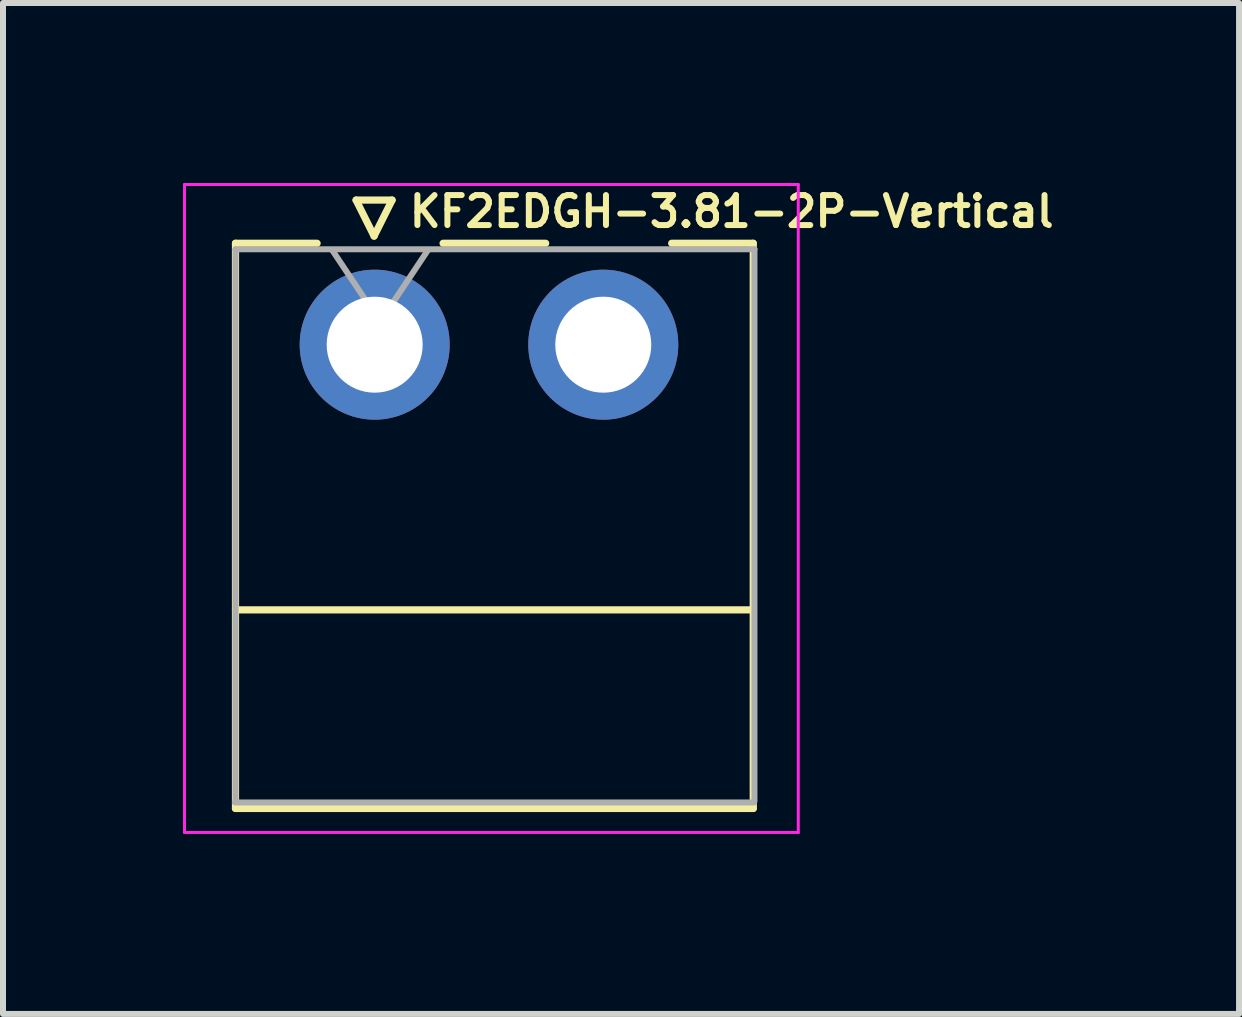
<source format=kicad_pcb>
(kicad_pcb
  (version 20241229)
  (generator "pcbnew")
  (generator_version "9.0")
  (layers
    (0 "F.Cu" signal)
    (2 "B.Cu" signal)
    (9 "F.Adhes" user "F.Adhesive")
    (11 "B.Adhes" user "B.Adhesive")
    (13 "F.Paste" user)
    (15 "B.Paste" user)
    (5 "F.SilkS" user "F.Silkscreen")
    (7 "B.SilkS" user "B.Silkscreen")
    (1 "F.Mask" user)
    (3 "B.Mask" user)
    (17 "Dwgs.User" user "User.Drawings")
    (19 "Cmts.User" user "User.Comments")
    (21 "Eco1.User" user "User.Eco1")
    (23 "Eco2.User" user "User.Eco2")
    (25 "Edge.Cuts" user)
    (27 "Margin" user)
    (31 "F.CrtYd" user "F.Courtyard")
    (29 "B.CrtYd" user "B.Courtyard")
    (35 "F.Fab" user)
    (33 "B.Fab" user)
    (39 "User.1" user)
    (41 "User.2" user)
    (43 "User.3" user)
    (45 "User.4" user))
  (footprint "KF2EDGH-3.81-2P-Vertical"
    (layer "F.Cu")
    (at 3.195 2.695)
    (property "Reference" "KF2EDGH-3.81-2P-Vertical" (at 5.95 -2.22 0) (unlocked yes) (layer "F.SilkS") (effects (font (size 0.5 0.5) (thickness 0.1))))
    (attr smd)
    (fp_line (start -2.32 -1.69) (end -2.32 7.73) (stroke (width 0.12) (type solid)) (layer "F.SilkS"))
    (fp_line (start -2.32 -1.69) (end -0.96 -1.69) (stroke (width 0.12) (type solid)) (layer "F.SilkS"))
    (fp_line (start -2.32 4.42) (end 6.31 4.42) (stroke (width 0.12) (type solid)) (layer "F.SilkS"))
    (fp_line (start -2.32 7.73) (end 6.31 7.73) (stroke (width 0.12) (type solid)) (layer "F.SilkS"))
    (fp_line (start -0.31 -2.41) (end 0.29 -2.41) (stroke (width 0.12) (type solid)) (layer "F.SilkS"))
    (fp_line (start -0.01 -1.81) (end -0.31 -2.41) (stroke (width 0.12) (type solid)) (layer "F.SilkS"))
    (fp_line (start 0.29 -2.41) (end -0.01 -1.81) (stroke (width 0.12) (type solid)) (layer "F.SilkS"))
    (fp_line (start 1.14 -1.69) (end 2.85 -1.69) (stroke (width 0.12) (type solid)) (layer "F.SilkS"))
    (fp_line (start 6.31 -1.69) (end 4.95 -1.69) (stroke (width 0.12) (type solid)) (layer "F.SilkS"))
    (fp_line (start 6.31 -1.69) (end 6.31 7.73) (stroke (width 0.12) (type solid)) (layer "F.SilkS"))
    (fp_line (start -3.17 -2.67) (end -3.17 8.13) (stroke (width 0.05) (type solid)) (layer "F.CrtYd"))
    (fp_line (start -3.17 8.13) (end 7.06 8.13) (stroke (width 0.05) (type solid)) (layer "F.CrtYd"))
    (fp_line (start 7.06 -2.67) (end -3.17 -2.67) (stroke (width 0.05) (type solid)) (layer "F.CrtYd"))
    (fp_line (start 7.06 8.13) (end 7.06 -2.67) (stroke (width 0.05) (type solid)) (layer "F.CrtYd"))
    (fp_line (start -2.33 7.63) (end 6.32 7.63) (stroke (width 0.1) (type solid)) (layer "F.Fab"))
    (fp_line (start -2.32 -1.59) (end -2.32 7.61) (stroke (width 0.1) (type solid)) (layer "F.Fab"))
    (fp_line (start 0.09 -0.38) (end -0.71 -1.58) (stroke (width 0.1) (type solid)) (layer "F.Fab"))
    (fp_line (start 0.89 -1.58) (end 0.09 -0.38) (stroke (width 0.1) (type solid)) (layer "F.Fab"))
    (fp_line (start 6.33 -1.59) (end -2.32 -1.59) (stroke (width 0.1) (type solid)) (layer "F.Fab"))
    (fp_line (start 6.33 7.61) (end 6.33 -1.59) (stroke (width 0.1) (type solid)) (layer "F.Fab"))
    (pad "1" thru_hole circle (at 0 0) (size 2.5 2.5) (drill 1.6) (layers "*.Cu" "*.Mask"))
    (pad "2" thru_hole circle (at 3.81 0) (size 2.5 2.5) (drill 1.6) (layers "*.Cu" "*.Mask")))
  (gr_rect
    (start -3 -3)
    (end 17.602 13.85)
    (stroke (width 0.1) (type default))
    (fill no)
    (layer "Edge.Cuts")))
</source>
